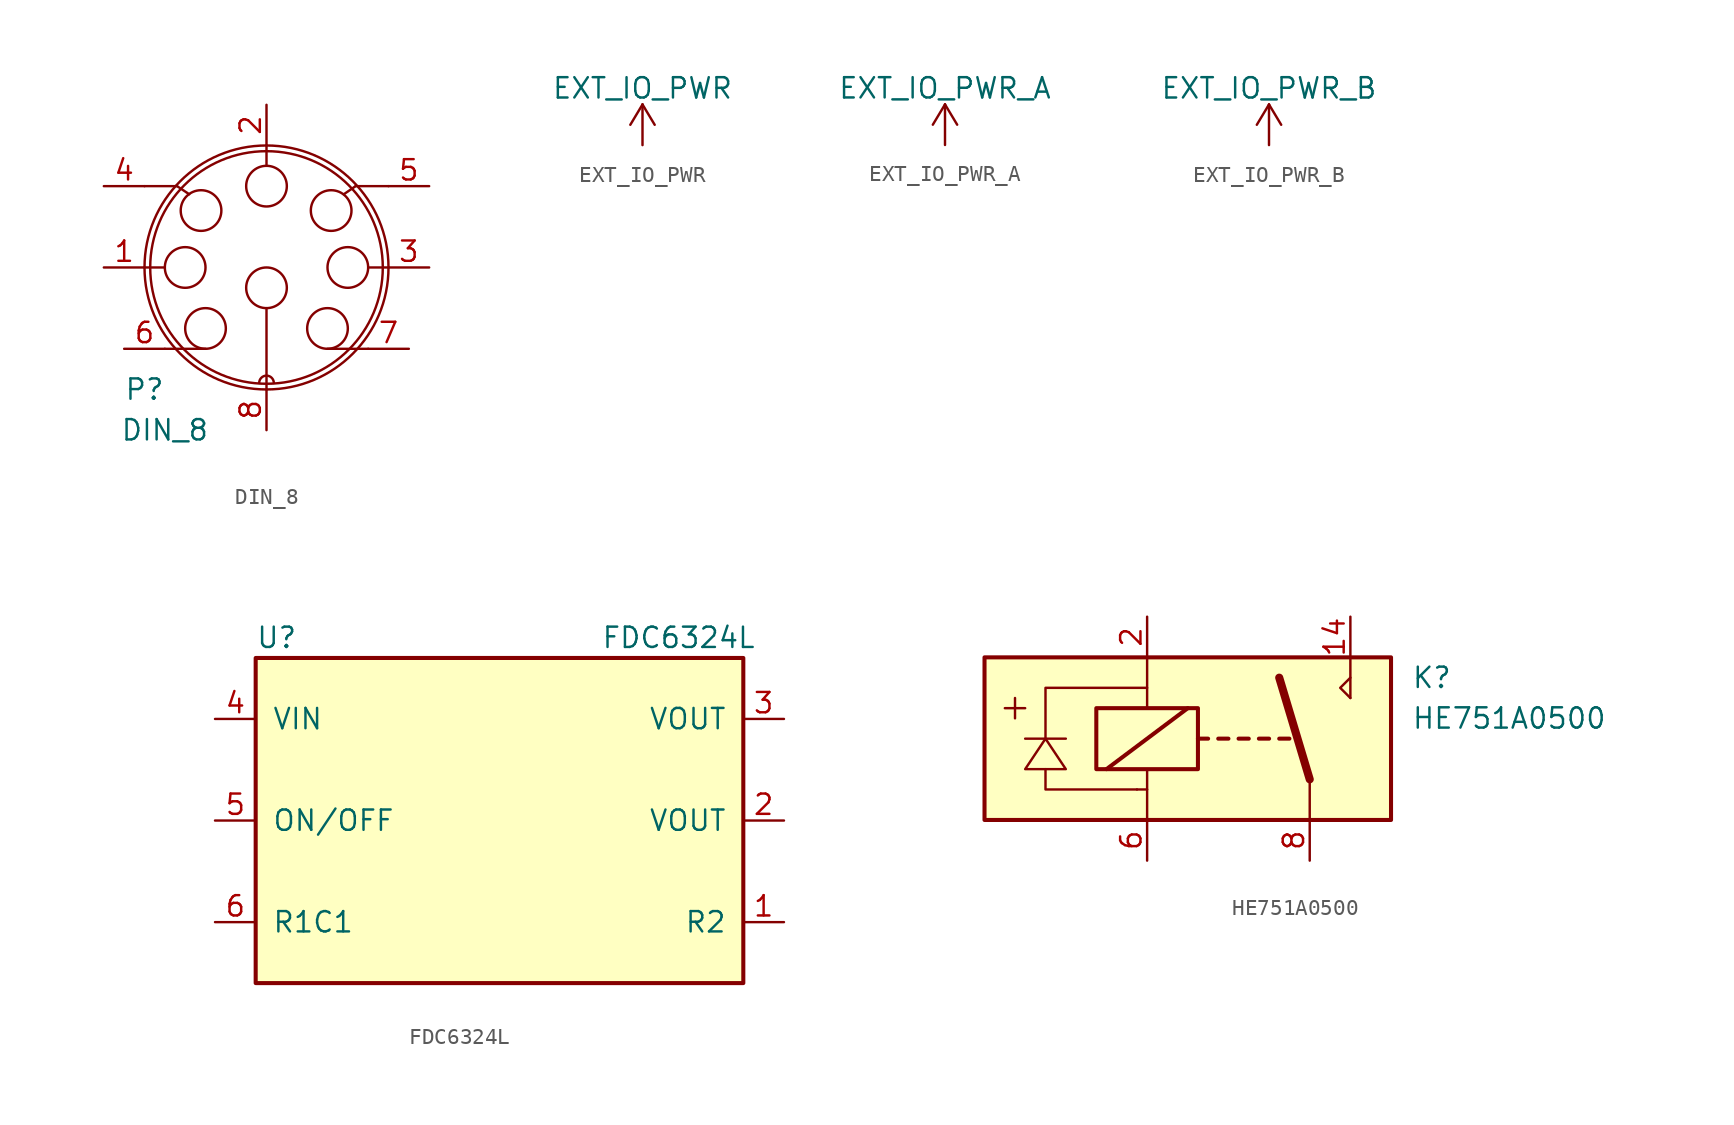
<source format=kicad_sym>
(kicad_symbol_lib
  (version 20211014)
  (generator kicad_symbol_editor)
  (symbol "DIN_8"
    (pin_names
      (offset 1.016) hide)
    (property "Reference" "P"
      (at -7.62 -7.62 0)
      (effects (font (size 1.27 1.27))))
    (property "Value" "DIN_8"
      (at -6.35 -10.16 0)
      (effects (font (size 1.27 1.27))))
    (property "Footprint" ""
      (at 0 0 0)
      (effects (font (size 1.27 1.27))))
    (property "Datasheet" ""
      (at 0 0 0)
      (effects (font (size 1.27 1.27))))
    (symbol "DIN_8_0_1"
      (circle (center -5.08 0) (radius 1.27) (stroke (width 0) (type default) (color 0 0 0 0)) (fill (type none)))
      (circle (center -4.089 3.556) (radius 1.27) (stroke (width 0) (type default) (color 0 0 0 0)) (fill (type none)))
      (circle (center -3.81 -3.81) (radius 1.27) (stroke (width 0) (type default) (color 0 0 0 0)) (fill (type none)))
      (circle (center 0 -1.27) (radius 1.27) (stroke (width 0) (type default) (color 0 0 0 0)) (fill (type none)))
      (polyline (pts (xy -7.62 5.08) (xy -5.588 5.08)) (stroke (width 0) (type default) (color 0 0 0 0)) (fill (type none)))
      (polyline (pts (xy -6.35 0) (xy -7.62 0)) (stroke (width 0) (type default) (color 0 0 0 0)) (fill (type none)))
      (polyline (pts (xy -5.588 5.08) (xy -4.826 4.572)) (stroke (width 0) (type default) (color 0 0 0 0)) (fill (type none)))
      (polyline (pts (xy 0 -7.62) (xy 0 -2.54)) (stroke (width 0) (type default) (color 0 0 0 0)) (fill (type none)))
      (polyline (pts (xy 0 6.35) (xy 0 7.62)) (stroke (width 0) (type default) (color 0 0 0 0)) (fill (type none)))
      (polyline (pts (xy 5.563 5.08) (xy 4.826 4.572)) (stroke (width 0) (type default) (color 0 0 0 0)) (fill (type none)))
      (polyline (pts (xy 6.35 -5.08) (xy 3.81 -5.08)) (stroke (width 0) (type default) (color 0 0 0 0)) (fill (type none)))
      (polyline (pts (xy 6.35 0) (xy 7.62 0)) (stroke (width 0) (type default) (color 0 0 0 0)) (fill (type none)))
      (polyline (pts (xy 7.62 5.08) (xy 5.563 5.08)) (stroke (width 0) (type default) (color 0 0 0 0)) (fill (type none)))
      (polyline (pts (xy -6.35 -5.08) (xy -5.08 -5.08) (xy -3.81 -5.08)) (stroke (width 0) (type default) (color 0 0 0 0)) (fill (type none)))
      (circle (center 0 0) (radius 7.264) (stroke (width 0) (type default) (color 0 0 0 0)) (fill (type none)))
      (circle (center 0 0) (radius 7.62) (stroke (width 0) (type default) (color 0 0 0 0)) (fill (type none)))
      (circle (center 0 5.08) (radius 1.27) (stroke (width 0) (type default) (color 0 0 0 0)) (fill (type none)))
      (arc (start 0.4572 -7.2136) (mid 0 -6.7564) (end -0.4572 -7.2136) (stroke (width 0) (type default) (color 0 0 0 0)) (fill (type none)))
      (circle (center 3.81 -3.81) (radius 1.27) (stroke (width 0) (type default) (color 0 0 0 0)) (fill (type none)))
      (circle (center 4.039 3.556) (radius 1.27) (stroke (width 0) (type default) (color 0 0 0 0)) (fill (type none)))
      (circle (center 5.08 0) (radius 1.27) (stroke (width 0) (type default) (color 0 0 0 0)) (fill (type none))))
    (symbol "DIN_8_1_1"
      (pin passive line (at -10.16 0 0) (length 2.54) (name "1" (effects (font (size 1.27 1.27)))) (number "1" (effects (font (size 1.27 1.27)))))
      (pin passive line (at 0 10.16 270) (length 2.54) (name "2" (effects (font (size 1.27 1.27)))) (number "2" (effects (font (size 1.27 1.27)))))
      (pin passive line (at 10.16 0 180) (length 2.54) (name "3" (effects (font (size 1.27 1.27)))) (number "3" (effects (font (size 1.27 1.27)))))
      (pin passive line (at -10.16 5.08 0) (length 2.54) (name "4" (effects (font (size 1.27 1.27)))) (number "4" (effects (font (size 1.27 1.27)))))
      (pin passive line (at 10.16 5.08 180) (length 2.54) (name "5" (effects (font (size 1.27 1.27)))) (number "5" (effects (font (size 1.27 1.27)))))
      (pin passive line (at -8.89 -5.08 0) (length 2.54) (name "6" (effects (font (size 1.27 1.27)))) (number "6" (effects (font (size 1.27 1.27)))))
      (pin passive line (at 8.89 -5.08 180) (length 2.54) (name "7" (effects (font (size 1.27 1.27)))) (number "7" (effects (font (size 1.27 1.27)))))
      (pin passive line (at 0 -10.16 90) (length 2.54) (name "8" (effects (font (size 1.27 1.27)))) (number "8" (effects (font (size 1.27 1.27)))))))
  (symbol "EXT_IO_PWR"
    (power)
    (pin_names
      (offset 0))
    (property "Reference" "#PWR"
      (at 0 -3.81 0)
      (effects (font (size 1.27 1.27)) hide))
    (property "Value" "EXT_IO_PWR"
      (at 0 3.556 0)
      (effects (font (size 1.27 1.27))))
    (property "Footprint" ""
      (at 0 0 0)
      (effects (font (size 1.27 1.27))))
    (property "Datasheet" ""
      (at 0 0 0)
      (effects (font (size 1.27 1.27))))
    (symbol "EXT_IO_PWR_0_1"
      (polyline (pts (xy -0.762 1.27) (xy 0 2.54)) (stroke (width 0) (type default) (color 0 0 0 0)) (fill (type none)))
      (polyline (pts (xy 0 0) (xy 0 2.54)) (stroke (width 0) (type default) (color 0 0 0 0)) (fill (type none)))
      (polyline (pts (xy 0 2.54) (xy 0.762 1.27)) (stroke (width 0) (type default) (color 0 0 0 0)) (fill (type none))))
    (symbol "EXT_IO_PWR_1_1"
      (pin power_in line (at 0 0 90) (length 0) hide (name "EXT_IO_PWR" (effects (font (size 1.27 1.27)))) (number "1" (effects (font (size 1.27 1.27)))))))
  (symbol "EXT_IO_PWR_A"
    (power)
    (pin_names
      (offset 0))
    (property "Reference" "#PWR"
      (at 0 -3.81 0)
      (effects (font (size 1.27 1.27)) hide))
    (property "Value" "EXT_IO_PWR_A"
      (at 0 3.556 0)
      (effects (font (size 1.27 1.27))))
    (property "Footprint" ""
      (at 0 0 0)
      (effects (font (size 1.27 1.27))))
    (property "Datasheet" ""
      (at 0 0 0)
      (effects (font (size 1.27 1.27))))
    (symbol "EXT_IO_PWR_A_0_1"
      (polyline (pts (xy -0.762 1.27) (xy 0 2.54)) (stroke (width 0) (type default) (color 0 0 0 0)) (fill (type none)))
      (polyline (pts (xy 0 0) (xy 0 2.54)) (stroke (width 0) (type default) (color 0 0 0 0)) (fill (type none)))
      (polyline (pts (xy 0 2.54) (xy 0.762 1.27)) (stroke (width 0) (type default) (color 0 0 0 0)) (fill (type none))))
    (symbol "EXT_IO_PWR_A_1_1"
      (pin power_in line (at 0 0 90) (length 0) hide (name "EXT_IO_PWR_A" (effects (font (size 1.27 1.27)))) (number "1" (effects (font (size 1.27 1.27)))))))
  (symbol "EXT_IO_PWR_B"
    (power)
    (pin_names
      (offset 0))
    (property "Reference" "#PWR"
      (at 0 -3.81 0)
      (effects (font (size 1.27 1.27)) hide))
    (property "Value" "EXT_IO_PWR_B"
      (at 0 3.556 0)
      (effects (font (size 1.27 1.27))))
    (property "Footprint" ""
      (at 0 0 0)
      (effects (font (size 1.27 1.27))))
    (property "Datasheet" ""
      (at 0 0 0)
      (effects (font (size 1.27 1.27))))
    (symbol "EXT_IO_PWR_B_0_1"
      (polyline (pts (xy -0.762 1.27) (xy 0 2.54)) (stroke (width 0) (type default) (color 0 0 0 0)) (fill (type none)))
      (polyline (pts (xy 0 0) (xy 0 2.54)) (stroke (width 0) (type default) (color 0 0 0 0)) (fill (type none)))
      (polyline (pts (xy 0 2.54) (xy 0.762 1.27)) (stroke (width 0) (type default) (color 0 0 0 0)) (fill (type none))))
    (symbol "EXT_IO_PWR_B_1_1"
      (pin power_in line (at 0 0 90) (length 0) hide (name "EXT_IO_PWR_B" (effects (font (size 1.27 1.27)))) (number "1" (effects (font (size 1.27 1.27)))))))
  (symbol "FDC6324L"
    (pin_names
      (offset 1.016))
    (property "Reference" "U"
      (at -15.24 11.43 0)
      (effects (font (size 1.27 1.27)) (justify left)))
    (property "Value" "FDC6324L"
      (at 6.35 11.43 0)
      (effects (font (size 1.27 1.27)) (justify left)))
    (property "Footprint" ""
      (at -1.27 -1.27 0)
      (effects (font (size 1.27 1.27))))
    (property "Datasheet" ""
      (at -22.86 10.16 0)
      (effects (font (size 1.27 1.27))))
    (symbol "FDC6324L_0_1"
      (rectangle (start 15.24 10.16) (end -15.24 -10.16) (stroke (width 0.254) (type default) (color 0 0 0 0)) (fill (type background))))
    (symbol "FDC6324L_1_1"
      (pin input line (at 17.78 -6.35 180) (length 2.54) (name "R2" (effects (font (size 1.27 1.27)))) (number "1" (effects (font (size 1.27 1.27)))))
      (pin output line (at 17.78 0 180) (length 2.54) (name "VOUT" (effects (font (size 1.27 1.27)))) (number "2" (effects (font (size 1.27 1.27)))))
      (pin input line (at 17.78 6.35 180) (length 2.54) (name "VOUT" (effects (font (size 1.27 1.27)))) (number "3" (effects (font (size 1.27 1.27)))))
      (pin input line (at -17.78 6.35 0) (length 2.54) (name "VIN" (effects (font (size 1.27 1.27)))) (number "4" (effects (font (size 1.27 1.27)))))
      (pin input line (at -17.78 0 0) (length 2.54) (name "ON/OFF" (effects (font (size 1.27 1.27)))) (number "5" (effects (font (size 1.27 1.27)))))
      (pin input line (at -17.78 -6.35 0) (length 2.54) (name "R1C1" (effects (font (size 1.27 1.27)))) (number "6" (effects (font (size 1.27 1.27)))))))
  (symbol "HE751A0500"
    (pin_names
      (offset 1.016))
    (property "Reference" "K"
      (at 11.43 3.81 0)
      (effects (font (size 1.27 1.27)) (justify left)))
    (property "Value" "HE751A0500"
      (at 11.43 1.27 0)
      (effects (font (size 1.27 1.27)) (justify left)))
    (symbol "HE751A0500_0_1"
      (rectangle (start -15.24 5.08) (end 10.16 -5.08) (stroke (width 0.254) (type default) (color 0 0 0 0)) (fill (type background)))
      (rectangle (start -8.255 1.905) (end -1.905 -1.905) (stroke (width 0.254) (type default) (color 0 0 0 0)) (fill (type none)))
      (polyline (pts (xy -13.97 1.905) (xy -12.7 1.905)) (stroke (width 0) (type default) (color 0 0 0 0)) (fill (type none)))
      (polyline (pts (xy -13.335 2.54) (xy -13.335 1.27)) (stroke (width 0) (type default) (color 0 0 0 0)) (fill (type none)))
      (polyline (pts (xy -12.7 0) (xy -10.16 0)) (stroke (width 0) (type default) (color 0 0 0 0)) (fill (type none)))
      (polyline (pts (xy -7.62 -1.905) (xy -2.54 1.905)) (stroke (width 0.254) (type default) (color 0 0 0 0)) (fill (type none)))
      (polyline (pts (xy -5.715 -3.175) (xy -5.08 -3.175)) (stroke (width 0) (type default) (color 0 0 0 0)) (fill (type none)))
      (polyline (pts (xy -5.08 -5.08) (xy -5.08 -1.905)) (stroke (width 0) (type default) (color 0 0 0 0)) (fill (type none)))
      (polyline (pts (xy -5.08 5.08) (xy -5.08 1.905)) (stroke (width 0) (type default) (color 0 0 0 0)) (fill (type none)))
      (polyline (pts (xy -1.905 0) (xy -1.27 0)) (stroke (width 0.254) (type default) (color 0 0 0 0)) (fill (type none)))
      (polyline (pts (xy -0.635 0) (xy 0 0)) (stroke (width 0.254) (type default) (color 0 0 0 0)) (fill (type none)))
      (polyline (pts (xy 0.635 0) (xy 1.27 0)) (stroke (width 0.254) (type default) (color 0 0 0 0)) (fill (type none)))
      (polyline (pts (xy 1.905 0) (xy 2.54 0)) (stroke (width 0.254) (type default) (color 0 0 0 0)) (fill (type none)))
      (polyline (pts (xy 3.175 0) (xy 3.81 0)) (stroke (width 0.254) (type default) (color 0 0 0 0)) (fill (type none)))
      (polyline (pts (xy 5.08 -2.54) (xy 3.175 3.81)) (stroke (width 0.508) (type default) (color 0 0 0 0)) (fill (type none)))
      (polyline (pts (xy 5.08 -2.54) (xy 5.08 -5.08)) (stroke (width 0) (type default) (color 0 0 0 0)) (fill (type none)))
      (polyline (pts (xy 7.62 2.54) (xy 7.62 5.08)) (stroke (width 0) (type default) (color 0 0 0 0)) (fill (type none)))
      (polyline (pts (xy -11.43 -1.905) (xy -11.43 -3.175) (xy -5.715 -3.175)) (stroke (width 0) (type default) (color 0 0 0 0)) (fill (type none)))
      (polyline (pts (xy -11.43 0) (xy -11.43 3.175) (xy -5.08 3.175)) (stroke (width 0) (type default) (color 0 0 0 0)) (fill (type none)))
      (polyline (pts (xy 7.62 2.54) (xy 6.985 3.175) (xy 7.62 3.81)) (stroke (width 0) (type default) (color 0 0 0 0)) (fill (type none)))
      (polyline (pts (xy -12.7 -1.905) (xy -10.16 -1.905) (xy -11.43 0) (xy -12.7 -1.905)) (stroke (width 0) (type default) (color 0 0 0 0)) (fill (type none))))
    (symbol "HE751A0500_1_1"
      (pin passive line (at 7.62 7.62 270) (length 2.54) (name "~" (effects (font (size 1.27 1.27)))) (number "14" (effects (font (size 1.27 1.27)))))
      (pin passive line (at -5.08 7.62 270) (length 2.54) (name "~" (effects (font (size 1.27 1.27)))) (number "2" (effects (font (size 1.27 1.27)))))
      (pin passive line (at -5.08 -7.62 90) (length 2.54) (name "~" (effects (font (size 1.27 1.27)))) (number "6" (effects (font (size 1.27 1.27)))))
      (pin passive line (at 5.08 -7.62 90) (length 2.54) (name "~" (effects (font (size 1.27 1.27)))) (number "8" (effects (font (size 1.27 1.27))))))))
</source>
